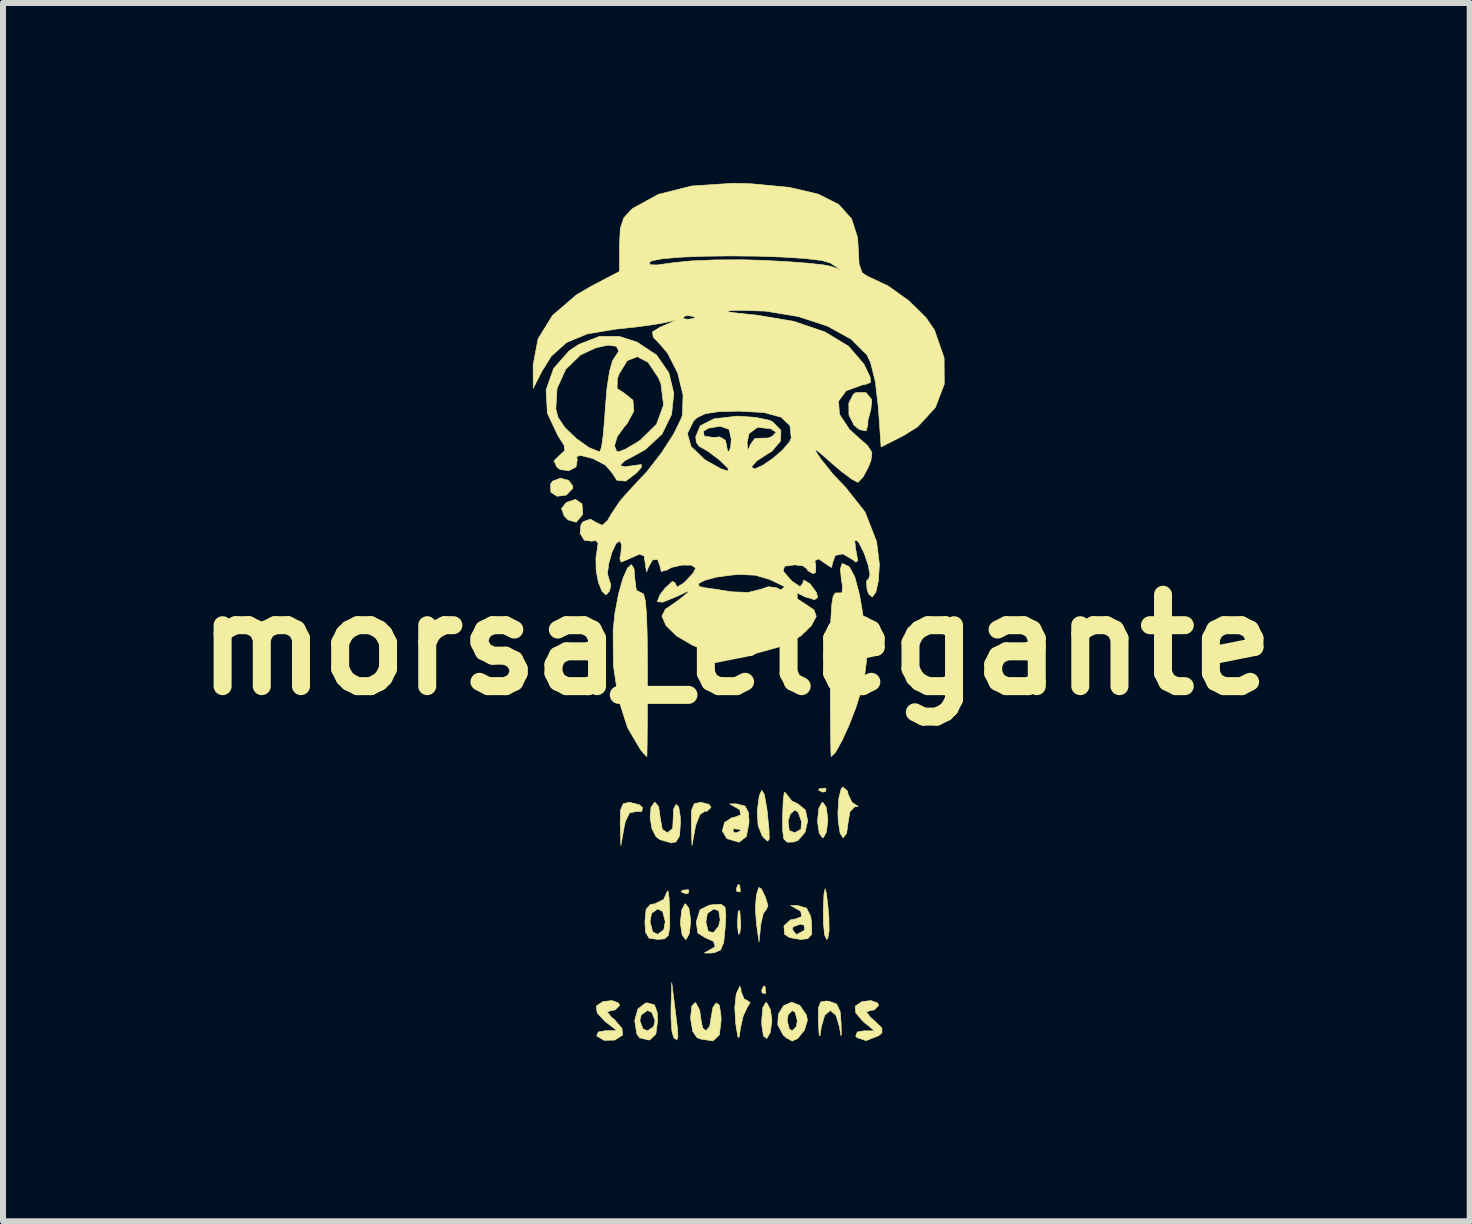
<source format=kicad_pcb>
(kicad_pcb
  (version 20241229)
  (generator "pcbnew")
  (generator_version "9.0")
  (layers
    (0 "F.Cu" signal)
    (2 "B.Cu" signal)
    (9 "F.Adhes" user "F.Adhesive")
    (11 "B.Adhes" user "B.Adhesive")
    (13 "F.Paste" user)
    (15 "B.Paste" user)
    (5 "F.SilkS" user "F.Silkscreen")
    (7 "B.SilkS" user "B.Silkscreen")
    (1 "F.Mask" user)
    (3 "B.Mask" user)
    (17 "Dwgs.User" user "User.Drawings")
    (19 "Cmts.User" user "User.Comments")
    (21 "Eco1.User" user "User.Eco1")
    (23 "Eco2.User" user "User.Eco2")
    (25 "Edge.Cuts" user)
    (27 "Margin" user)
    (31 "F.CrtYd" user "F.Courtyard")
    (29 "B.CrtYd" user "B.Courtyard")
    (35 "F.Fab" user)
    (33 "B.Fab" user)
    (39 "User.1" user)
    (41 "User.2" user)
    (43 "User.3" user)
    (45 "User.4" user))
  (footprint "morsa_elegante"
    (layer "F.Cu")
    (at 9.224 7.698)
    (property "Reference" "morsa_elegante" (at 0 0 0) (layer "F.SilkS") (effects (font (size 1.524 1.524) (thickness 0.3))))
    (attr through_hole)
    (fp_poly (pts (xy -0.79 4.092) (xy -0.802 4.143) (xy -0.847 4.149) (xy -0.916 4.118) (xy -0.903 4.092) (xy -0.803 4.082) (xy -0.79 4.092)) (stroke (width 0.01) (type solid)) (fill yes) (layer "F.SilkS"))
    (fp_poly (pts (xy 0.056 4.008) (xy 0.067 4.108) (xy 0.056 4.12) (xy 0.006 4.109) (xy 0 4.064) (xy 0.031 3.994) (xy 0.056 4.008)) (stroke (width 0.01) (type solid)) (fill yes) (layer "F.SilkS"))
    (fp_poly (pts (xy 0.48 5.701) (xy 0.49 5.801) (xy 0.48 5.814) (xy 0.429 5.802) (xy 0.423 5.757) (xy 0.454 5.688) (xy 0.48 5.701)) (stroke (width 0.01) (type solid)) (fill yes) (layer "F.SilkS"))
    (fp_poly (pts (xy 1.496 2.399) (xy 1.484 2.449) (xy 1.439 2.455) (xy 1.37 2.424) (xy 1.383 2.399) (xy 1.483 2.389) (xy 1.496 2.399)) (stroke (width 0.01) (type solid)) (fill yes) (layer "F.SilkS"))
    (fp_poly (pts (xy 0.06 4.467) (xy 0.074 4.688) (xy 0.058 4.806) (xy 0.035 4.826) (xy 0.022 4.704) (xy 0.021 4.614) (xy 0.03 4.45) (xy 0.049 4.425) (xy 0.06 4.467)) (stroke (width 0.01) (type solid)) (fill yes) (layer "F.SilkS"))
    (fp_poly (pts (xy -2.795 -2.74) (xy -2.725 -2.644) (xy -2.73 -2.603) (xy -2.835 -2.495) (xy -2.99 -2.476) (xy -3.092 -2.543) (xy -3.096 -2.68) (xy -3.063 -2.728) (xy -2.933 -2.778) (xy -2.795 -2.74)) (stroke (width 0.01) (type solid)) (fill yes) (layer "F.SilkS"))
    (fp_poly (pts (xy -2.573 -2.349) (xy -2.56 -2.189) (xy -2.568 -2.165) (xy -2.669 -2.043) (xy -2.806 -2.083) (xy -2.869 -2.148) (xy -2.915 -2.271) (xy -2.834 -2.373) (xy -2.682 -2.424) (xy -2.573 -2.349)) (stroke (width 0.01) (type solid)) (fill yes) (layer "F.SilkS"))
    (fp_poly (pts (xy -1.018 6.096) (xy -0.983 6.387) (xy -0.974 6.539) (xy -0.993 6.584) (xy -1.041 6.551) (xy -1.044 6.548) (xy -1.074 6.437) (xy -1.089 6.216) (xy -1.089 6.061) (xy -1.077 5.63) (xy -1.018 6.096)) (stroke (width 0.01) (type solid)) (fill yes) (layer "F.SilkS"))
    (fp_poly (pts (xy 0.508 5.969) (xy 0.569 6.084) (xy 0.593 6.265) (xy 0.566 6.459) (xy 0.508 6.562) (xy 0.453 6.523) (xy 0.425 6.344) (xy 0.423 6.265) (xy 0.441 6.048) (xy 0.489 5.964) (xy 0.508 5.969)) (stroke (width 0.01) (type solid)) (fill yes) (layer "F.SilkS"))
    (fp_poly (pts (xy 1.501 4.141) (xy 1.528 4.377) (xy 1.543 4.551) (xy 1.546 4.77) (xy 1.522 4.898) (xy 1.505 4.911) (xy 1.471 4.834) (xy 1.451 4.635) (xy 1.449 4.424) (xy 1.46 4.163) (xy 1.478 4.069) (xy 1.501 4.141)) (stroke (width 0.01) (type solid)) (fill yes) (layer "F.SilkS"))
    (fp_poly (pts (xy -1.619 2.666) (xy -1.563 2.715) (xy -1.577 2.779) (xy -1.663 2.778) (xy -1.78 2.802) (xy -1.85 2.945) (xy -1.872 3.048) (xy -1.925 3.344) (xy -1.936 2.985) (xy -1.931 2.755) (xy -1.885 2.649) (xy -1.783 2.625) (xy -1.619 2.666)) (stroke (width 0.01) (type solid)) (fill yes) (layer "F.SilkS"))
    (fp_poly (pts (xy -0.791 4.392) (xy -0.763 4.575) (xy -0.762 4.614) (xy -0.783 4.81) (xy -0.836 4.908) (xy -0.847 4.911) (xy -0.903 4.836) (xy -0.931 4.653) (xy -0.931 4.614) (xy -0.91 4.418) (xy -0.858 4.321) (xy -0.847 4.318) (xy -0.791 4.392)) (stroke (width 0.01) (type solid)) (fill yes) (layer "F.SilkS"))
    (fp_poly (pts (xy 1.495 2.699) (xy 1.523 2.882) (xy 1.524 2.921) (xy 1.503 3.117) (xy 1.45 3.215) (xy 1.439 3.217) (xy 1.383 3.143) (xy 1.355 2.96) (xy 1.355 2.921) (xy 1.376 2.725) (xy 1.428 2.627) (xy 1.439 2.625) (xy 1.495 2.699)) (stroke (width 0.01) (type solid)) (fill yes) (layer "F.SilkS"))
    (fp_poly (pts (xy 2.163 -4.203) (xy 2.258 -4.085) (xy 2.242 -3.922) (xy 2.193 -3.741) (xy 2.192 -3.662) (xy 2.162 -3.566) (xy 2.052 -3.587) (xy 1.964 -3.658) (xy 1.877 -3.828) (xy 1.875 -4.028) (xy 1.952 -4.179) (xy 1.995 -4.205) (xy 2.163 -4.203)) (stroke (width 0.01) (type solid)) (fill yes) (layer "F.SilkS"))
    (fp_poly (pts (xy -0.455 2.66) (xy -0.423 2.709) (xy -0.487 2.774) (xy -0.526 2.773) (xy -0.609 2.832) (xy -0.677 3.01) (xy -0.685 3.048) (xy -0.74 3.344) (xy -0.751 2.985) (xy -0.746 2.755) (xy -0.701 2.65) (xy -0.595 2.625) (xy -0.593 2.625) (xy -0.455 2.66)) (stroke (width 0.01) (type solid)) (fill yes) (layer "F.SilkS"))
    (fp_poly (pts (xy 0.415 4.065) (xy 0.479 4.193) (xy 0.527 4.344) (xy 0.505 4.403) (xy 0.449 4.477) (xy 0.408 4.657) (xy 0.406 4.678) (xy 0.378 4.953) (xy 0.335 4.651) (xy 0.317 4.392) (xy 0.334 4.176) (xy 0.336 4.166) (xy 0.373 4.045) (xy 0.415 4.065)) (stroke (width 0.01) (type solid)) (fill yes) (layer "F.SilkS"))
    (fp_poly (pts (xy 0.468 2.5) (xy 0.51 2.743) (xy 0.516 2.794) (xy 0.545 3.089) (xy 0.548 3.24) (xy 0.52 3.273) (xy 0.455 3.213) (xy 0.429 3.181) (xy 0.363 3.013) (xy 0.348 2.782) (xy 0.348 2.777) (xy 0.382 2.517) (xy 0.424 2.424) (xy 0.468 2.5)) (stroke (width 0.01) (type solid)) (fill yes) (layer "F.SilkS"))
    (fp_poly (pts (xy 0.077 5.738) (xy 0.079 5.779) (xy 0.129 5.904) (xy 0.18 5.927) (xy 0.23 5.965) (xy 0.187 6.032) (xy 0.113 6.19) (xy 0.068 6.392) (xy 0.047 6.538) (xy 0.028 6.54) (xy 0.001 6.389) (xy -0.011 6.308) (xy -0.026 6.046) (xy -0.003 5.83) (xy 0.007 5.8) (xy 0.059 5.691) (xy 0.077 5.738)) (stroke (width 0.01) (type solid)) (fill yes) (layer "F.SilkS"))
    (fp_poly (pts (xy 1.854 2.439) (xy 1.863 2.491) (xy 1.927 2.627) (xy 1.968 2.653) (xy 2.031 2.692) (xy 1.968 2.703) (xy 1.893 2.782) (xy 1.863 2.963) (xy 1.838 3.142) (xy 1.779 3.217) (xy 1.778 3.217) (xy 1.73 3.141) (xy 1.699 2.946) (xy 1.693 2.794) (xy 1.709 2.553) (xy 1.748 2.399) (xy 1.778 2.371) (xy 1.854 2.439)) (stroke (width 0.01) (type solid)) (fill yes) (layer "F.SilkS"))
    (fp_poly (pts (xy -1.963 5.971) (xy -1.947 6.011) (xy -2.017 6.085) (xy -2.084 6.096) (xy -2.153 6.119) (xy -2.088 6.201) (xy -2.028 6.252) (xy -1.906 6.395) (xy -1.897 6.506) (xy -2.028 6.589) (xy -2.205 6.593) (xy -2.328 6.519) (xy -2.3 6.454) (xy -2.185 6.433) (xy -1.99 6.431) (xy -2.192 6.275) (xy -2.319 6.136) (xy -2.336 6.023) (xy -2.225 5.948) (xy -2.074 5.93) (xy -1.963 5.971)) (stroke (width 0.01) (type solid)) (fill yes) (layer "F.SilkS"))
    (fp_poly (pts (xy -0.677 5.969) (xy -0.612 6.086) (xy -0.593 6.228) (xy -0.563 6.385) (xy -0.508 6.435) (xy -0.444 6.362) (xy -0.423 6.228) (xy -0.392 6.049) (xy -0.339 5.969) (xy -0.283 6.007) (xy -0.256 6.186) (xy -0.254 6.26) (xy -0.284 6.504) (xy -0.389 6.603) (xy -0.592 6.572) (xy -0.656 6.548) (xy -0.727 6.443) (xy -0.761 6.241) (xy -0.762 6.211) (xy -0.742 6.022) (xy -0.688 5.964) (xy -0.677 5.969)) (stroke (width 0.01) (type solid)) (fill yes) (layer "F.SilkS"))
    (fp_poly (pts (xy 1.545 5.942) (xy 1.672 5.989) (xy 1.73 6.113) (xy 1.746 6.308) (xy 1.75 6.494) (xy 1.743 6.516) (xy 1.721 6.381) (xy 1.72 6.371) (xy 1.661 6.176) (xy 1.569 6.096) (xy 1.566 6.096) (xy 1.474 6.172) (xy 1.416 6.367) (xy 1.416 6.371) (xy 1.395 6.516) (xy 1.381 6.511) (xy 1.371 6.347) (xy 1.368 6.281) (xy 1.368 6.054) (xy 1.406 5.953) (xy 1.502 5.937) (xy 1.545 5.942)) (stroke (width 0.01) (type solid)) (fill yes) (layer "F.SilkS"))
    (fp_poly (pts (xy 2.355 5.97) (xy 2.371 6.011) (xy 2.301 6.085) (xy 2.234 6.096) (xy 2.168 6.12) (xy 2.232 6.206) (xy 2.298 6.264) (xy 2.426 6.389) (xy 2.427 6.47) (xy 2.371 6.516) (xy 2.163 6.598) (xy 2.011 6.547) (xy 1.99 6.519) (xy 2.017 6.454) (xy 2.121 6.435) (xy 2.305 6.435) (xy 2.113 6.279) (xy 1.991 6.136) (xy 1.981 6.025) (xy 2.092 5.949) (xy 2.243 5.93) (xy 2.355 5.97)) (stroke (width 0.01) (type solid)) (fill yes) (layer "F.SilkS"))
    (fp_poly (pts (xy -1.295 2.698) (xy -1.27 2.876) (xy -1.27 2.879) (xy -1.234 3.076) (xy -1.15 3.133) (xy -1.061 3.062) (xy -1.054 2.919) (xy -1.047 2.741) (xy -1.005 2.66) (xy -0.96 2.705) (xy -0.934 2.873) (xy -0.931 2.958) (xy -0.947 3.185) (xy -1.006 3.285) (xy -1.084 3.302) (xy -1.272 3.248) (xy -1.338 3.2) (xy -1.408 3.063) (xy -1.437 2.875) (xy -1.422 2.706) (xy -1.362 2.625) (xy -1.355 2.625) (xy -1.295 2.698)) (stroke (width 0.01) (type solid)) (fill yes) (layer "F.SilkS"))
    (fp_poly (pts (xy -1.365 6.002) (xy -1.318 6.132) (xy -1.312 6.264) (xy -1.341 6.487) (xy -1.438 6.582) (xy -1.461 6.588) (xy -1.61 6.552) (xy -1.658 6.489) (xy -1.694 6.265) (xy -1.609 6.265) (xy -1.556 6.403) (xy -1.482 6.435) (xy -1.378 6.364) (xy -1.355 6.265) (xy -1.408 6.127) (xy -1.482 6.096) (xy -1.585 6.167) (xy -1.609 6.265) (xy -1.694 6.265) (xy -1.694 6.26) (xy -1.64 6.068) (xy -1.513 5.972) (xy -1.482 5.969) (xy -1.365 6.002)) (stroke (width 0.01) (type solid)) (fill yes) (layer "F.SilkS"))
    (fp_poly (pts (xy 1.058 6.011) (xy 1.167 6.169) (xy 1.185 6.259) (xy 1.135 6.424) (xy 1.021 6.564) (xy 0.931 6.604) (xy 0.835 6.552) (xy 0.779 6.502) (xy 0.69 6.334) (xy 0.694 6.265) (xy 0.847 6.265) (xy 0.882 6.403) (xy 0.931 6.435) (xy 1 6.364) (xy 1.016 6.265) (xy 0.981 6.128) (xy 0.931 6.096) (xy 0.863 6.167) (xy 0.847 6.265) (xy 0.694 6.265) (xy 0.701 6.157) (xy 0.786 6.016) (xy 0.92 5.957) (xy 1.058 6.011)) (stroke (width 0.01) (type solid)) (fill yes) (layer "F.SilkS"))
    (fp_poly (pts (xy -1.122 4.216) (xy -1.112 4.424) (xy -1.11 4.698) (xy -1.133 4.843) (xy -1.196 4.901) (xy -1.312 4.911) (xy -1.455 4.889) (xy -1.514 4.789) (xy -1.524 4.614) (xy -1.439 4.614) (xy -1.395 4.785) (xy -1.312 4.826) (xy -1.21 4.752) (xy -1.185 4.614) (xy -1.229 4.444) (xy -1.312 4.403) (xy -1.414 4.476) (xy -1.439 4.614) (xy -1.524 4.614) (xy -1.504 4.409) (xy -1.43 4.327) (xy -1.361 4.318) (xy -1.21 4.244) (xy -1.16 4.128) (xy -1.14 4.1) (xy -1.122 4.216)) (stroke (width 0.01) (type solid)) (fill yes) (layer "F.SilkS"))
    (fp_poly (pts (xy 0.819 2.468) (xy 0.924 2.602) (xy 1.026 2.652) (xy 1.152 2.756) (xy 1.189 2.935) (xy 1.145 3.125) (xy 1.029 3.26) (xy 0.953 3.287) (xy 0.846 3.29) (xy 0.79 3.235) (xy 0.771 3.085) (xy 0.771 2.942) (xy 0.862 2.942) (xy 0.882 3.097) (xy 0.974 3.133) (xy 1.078 3.074) (xy 1.085 2.942) (xy 1.032 2.793) (xy 0.974 2.752) (xy 0.897 2.824) (xy 0.862 2.942) (xy 0.771 2.942) (xy 0.772 2.821) (xy 0.782 2.585) (xy 0.8 2.46) (xy 0.819 2.468)) (stroke (width 0.01) (type solid)) (fill yes) (layer "F.SilkS"))
    (fp_poly (pts (xy 0 2.651) (xy 0.144 2.687) (xy 0.203 2.798) (xy 0.212 2.962) (xy 0.167 3.197) (xy 0.043 3.291) (xy -0.149 3.233) (xy -0.161 3.226) (xy -0.234 3.101) (xy -0.227 3.076) (xy -0.056 3.076) (xy -0.045 3.127) (xy 0 3.133) (xy 0.07 3.102) (xy 0.056 3.076) (xy -0.044 3.066) (xy -0.056 3.076) (xy -0.227 3.076) (xy -0.195 2.96) (xy -0.07 2.88) (xy -0.045 2.879) (xy 0.071 2.837) (xy 0.058 2.749) (xy -0.064 2.679) (xy -0.11 2.652) (xy -0.000475 2.651) (xy 0 2.651)) (stroke (width 0.01) (type solid)) (fill yes) (layer "F.SilkS"))
    (fp_poly (pts (xy -1.705 -1.264) (xy -1.693 -1.102) (xy -1.667 -0.907) (xy -1.588 -0.869) (xy -1.587 -0.869) (xy -1.547 -0.848) (xy -1.517 -0.734) (xy -1.497 -0.511) (xy -1.486 -0.159) (xy -1.482 0.34) (xy -1.482 0.476) (xy -1.482 0.939) (xy -1.484 1.337) (xy -1.487 1.64) (xy -1.49 1.823) (xy -1.492 1.863) (xy -1.547 1.808) (xy -1.596 1.75) (xy -1.813 1.382) (xy -1.967 0.898) (xy -2.05 0.342) (xy -2.054 -0.241) (xy -2.024 -0.526) (xy -1.962 -0.856) (xy -1.888 -1.114) (xy -1.813 -1.281) (xy -1.748 -1.337) (xy -1.705 -1.264)) (stroke (width 0.01) (type solid)) (fill yes) (layer "F.SilkS"))
    (fp_poly (pts (xy 1.016 4.345) (xy 1.169 4.389) (xy 1.239 4.524) (xy 1.254 4.636) (xy 1.257 4.825) (xy 1.19 4.899) (xy 1.069 4.911) (xy 0.887 4.88) (xy 0.804 4.826) (xy 0.798 4.741) (xy 0.931 4.741) (xy 0.992 4.824) (xy 1.011 4.826) (xy 1.126 4.764) (xy 1.143 4.741) (xy 1.124 4.669) (xy 1.063 4.657) (xy 0.947 4.701) (xy 0.931 4.741) (xy 0.798 4.741) (xy 0.793 4.684) (xy 0.903 4.585) (xy 0.979 4.572) (xy 1.089 4.53) (xy 1.073 4.442) (xy 0.953 4.372) (xy 0.906 4.346) (xy 1.016 4.345) (xy 1.016 4.345)) (stroke (width 0.01) (type solid)) (fill yes) (layer "F.SilkS"))
    (fp_poly (pts (xy -0.189 4.373) (xy -0.175 4.516) (xy -0.186 4.714) (xy -0.211 4.962) (xy -0.262 5.086) (xy -0.364 5.132) (xy -0.423 5.138) (xy -0.533 5.137) (xy -0.487 5.111) (xy -0.487 5.111) (xy -0.353 5.033) (xy -0.38 4.943) (xy -0.514 4.885) (xy -0.642 4.806) (xy -0.666 4.635) (xy -0.665 4.621) (xy -0.508 4.621) (xy -0.469 4.777) (xy -0.383 4.799) (xy -0.298 4.695) (xy -0.269 4.587) (xy -0.293 4.434) (xy -0.375 4.403) (xy -0.483 4.476) (xy -0.508 4.621) (xy -0.665 4.621) (xy -0.662 4.599) (xy -0.605 4.416) (xy -0.453 4.341) (xy -0.397 4.333) (xy -0.255 4.325) (xy -0.189 4.373)) (stroke (width 0.01) (type solid)) (fill yes) (layer "F.SilkS"))
    (fp_poly (pts (xy 1.882 -1.302) (xy 1.974 -1.132) (xy 2.055 -0.826) (xy 2.117 -0.457) (xy 2.165 -0.069) (xy 2.174 0.225) (xy 2.141 0.5) (xy 2.08 0.764) (xy 1.996 1.038) (xy 1.884 1.328) (xy 1.764 1.592) (xy 1.657 1.785) (xy 1.583 1.862) (xy 1.581 1.863) (xy 1.576 1.783) (xy 1.572 1.561) (xy 1.568 1.227) (xy 1.566 0.807) (xy 1.566 0.476) (xy 1.568 -0.045) (xy 1.575 -0.419) (xy 1.59 -0.665) (xy 1.614 -0.807) (xy 1.649 -0.864) (xy 1.685 -0.864) (xy 1.762 -0.867) (xy 1.769 -0.984) (xy 1.751 -1.086) (xy 1.734 -1.269) (xy 1.764 -1.354) (xy 1.77 -1.355) (xy 1.882 -1.302)) (stroke (width 0.01) (type solid)) (fill yes) (layer "F.SilkS"))
    (fp_poly (pts (xy -1.955 -5.141) (xy -1.655 -5.045) (xy -1.33 -4.83) (xy -1.125 -4.533) (xy -1.042 -4.191) (xy -1.08 -3.838) (xy -1.239 -3.513) (xy -1.52 -3.252) (xy -1.641 -3.185) (xy -1.862 -3.066) (xy -1.938 -2.99) (xy -1.865 -2.967) (xy -1.733 -2.985) (xy -1.585 -3.005) (xy -1.584 -2.958) (xy -1.661 -2.868) (xy -1.844 -2.729) (xy -1.991 -2.742) (xy -2.07 -2.865) (xy -2.179 -2.993) (xy -2.38 -3.1) (xy -2.408 -3.109) (xy -2.597 -3.157) (xy -2.662 -3.137) (xy -2.652 -3.081) (xy -2.672 -2.965) (xy -2.789 -2.903) (xy -2.934 -2.92) (xy -2.99 -2.961) (xy -3.039 -3.067) (xy -2.948 -3.158) (xy -2.862 -3.234) (xy -2.871 -3.327) (xy -2.975 -3.487) (xy -3.151 -3.863) (xy -3.154 -3.933) (xy -3.009 -3.933) (xy -2.972 -3.789) (xy -2.858 -3.62) (xy -2.666 -3.436) (xy -2.455 -3.286) (xy -2.285 -3.218) (xy -2.275 -3.218) (xy -2.247 -3.296) (xy -2.244 -3.318) (xy -2.032 -3.318) (xy -1.995 -3.225) (xy -1.96 -3.217) (xy -1.849 -3.261) (xy -1.663 -3.37) (xy -1.603 -3.409) (xy -1.33 -3.677) (xy -1.213 -3.998) (xy -1.257 -4.351) (xy -1.299 -4.452) (xy -1.471 -4.709) (xy -1.651 -4.803) (xy -1.82 -4.736) (xy -1.958 -4.509) (xy -1.984 -4.431) (xy -1.988 -4.272) (xy -1.866 -4.192) (xy -1.724 -4.078) (xy -1.709 -3.895) (xy -1.822 -3.685) (xy -1.863 -3.641) (xy -1.984 -3.474) (xy -2.032 -3.318) (xy -2.244 -3.318) (xy -2.218 -3.504) (xy -2.193 -3.804) (xy -2.185 -3.939) (xy -2.156 -4.28) (xy -2.113 -4.561) (xy -2.064 -4.734) (xy -2.047 -4.76) (xy -1.959 -4.896) (xy -2.001 -4.976) (xy -2.14 -4.995) (xy -2.347 -4.949) (xy -2.59 -4.835) (xy -2.599 -4.83) (xy -2.845 -4.592) (xy -2.989 -4.273) (xy -3.009 -3.933) (xy -3.154 -3.933) (xy -3.171 -4.248) (xy -3.045 -4.608) (xy -2.781 -4.905) (xy -2.619 -5.01) (xy -2.28 -5.141) (xy -1.955 -5.141)) (stroke (width 0.01) (type solid)) (fill yes) (layer "F.SilkS"))
    (fp_poly (pts (xy 0.249 -7.685) (xy 0.881 -7.625) (xy 1.362 -7.513) (xy 1.704 -7.341) (xy 1.92 -7.102) (xy 2.021 -6.788) (xy 2.032 -6.61) (xy 2.046 -6.343) (xy 2.098 -6.2) (xy 2.186 -6.143) (xy 2.527 -5.983) (xy 2.871 -5.738) (xy 3.159 -5.456) (xy 3.303 -5.246) (xy 3.463 -4.782) (xy 3.466 -4.345) (xy 3.317 -3.955) (xy 3.023 -3.635) (xy 2.792 -3.49) (xy 2.413 -3.298) (xy 2.367 -3.956) (xy 2.317 -4.386) (xy 2.238 -4.705) (xy 2.178 -4.831) (xy 1.914 -5.094) (xy 1.52 -5.312) (xy 1.032 -5.472) (xy 0.487 -5.562) (xy 0.059 -5.576) (xy -0.121 -5.569) (xy -0.162 -5.556) (xy -0.056 -5.537) (xy 0.208 -5.508) (xy 0.336 -5.496) (xy 0.957 -5.392) (xy 1.475 -5.216) (xy 1.871 -4.976) (xy 2.124 -4.682) (xy 2.138 -4.655) (xy 2.229 -4.464) (xy 2.237 -4.375) (xy 2.155 -4.341) (xy 2.096 -4.331) (xy 1.829 -4.234) (xy 1.703 -4.063) (xy 1.719 -3.842) (xy 1.881 -3.596) (xy 2.002 -3.483) (xy 2.186 -3.321) (xy 2.26 -3.205) (xy 2.244 -3.075) (xy 2.204 -2.969) (xy 2.11 -2.792) (xy 2.028 -2.71) (xy 2.022 -2.709) (xy 1.923 -2.762) (xy 1.744 -2.896) (xy 1.591 -3.027) (xy 1.397 -3.197) (xy 1.314 -3.259) (xy 1.328 -3.216) (xy 1.414 -3.09) (xy 1.61 -2.845) (xy 1.82 -2.625) (xy 2.145 -2.213) (xy 2.338 -1.721) (xy 2.384 -1.34) (xy 2.368 -1.068) (xy 2.325 -0.879) (xy 2.267 -0.797) (xy 2.205 -0.847) (xy 2.178 -0.926) (xy 2.17 -1.064) (xy 2.205 -1.101) (xy 2.228 -1.167) (xy 2.198 -1.328) (xy 2.133 -1.521) (xy 2.051 -1.687) (xy 2.014 -1.736) (xy 1.973 -1.734) (xy 1.99 -1.587) (xy 1.995 -1.566) (xy 2.024 -1.403) (xy 1.993 -1.377) (xy 1.941 -1.418) (xy 1.776 -1.515) (xy 1.649 -1.49) (xy 1.609 -1.38) (xy 1.586 -1.287) (xy 1.507 -1.338) (xy 1.374 -1.431) (xy 1.309 -1.405) (xy 1.324 -1.312) (xy 1.32 -1.204) (xy 1.279 -1.185) (xy 1.19 -1.237) (xy 1.185 -1.259) (xy 1.113 -1.315) (xy 0.974 -1.333) (xy 0.802 -1.309) (xy 0.782 -1.227) (xy 0.912 -1.076) (xy 0.931 -1.058) (xy 1.061 -0.969) (xy 1.101 -1.013) (xy 1.126 -1.079) (xy 1.226 -1.017) (xy 1.228 -1.016) (xy 1.335 -0.871) (xy 1.355 -0.793) (xy 1.305 -0.752) (xy 1.145 -0.8) (xy 0.868 -0.938) (xy 0.561 -1.088) (xy 0.317 -1.16) (xy 0.059 -1.172) (xy -0.066 -1.164) (xy -0.327 -1.129) (xy -0.525 -1.076) (xy -0.632 -1.02) (xy -0.62 -0.972) (xy -0.528 -0.951) (xy -0.347 -0.926) (xy -0.1 -0.887) (xy -0.073 -0.883) (xy 0.199 -0.873) (xy 0.417 -0.928) (xy 0.531 -0.968) (xy 0.66 -0.954) (xy 0.839 -0.873) (xy 1.101 -0.712) (xy 1.294 -0.582) (xy 1.332 -0.474) (xy 1.25 -0.319) (xy 1.077 -0.151) (xy 0.839 -0.004) (xy 0.819 0.005) (xy 0.345 0.138) (xy -0.171 0.149) (xy -0.657 0.037) (xy -0.734 0.005) (xy -0.996 -0.148) (xy -1.172 -0.32) (xy -1.241 -0.478) (xy -1.182 -0.595) (xy -1.174 -0.599) (xy -1.019 -0.704) (xy -0.889 -0.803) (xy -0.794 -0.884) (xy -0.814 -0.89) (xy -0.967 -0.819) (xy -1.003 -0.802) (xy -1.228 -0.71) (xy -1.318 -0.719) (xy -1.275 -0.83) (xy -1.19 -0.941) (xy -1.068 -1.057) (xy -1.019 -1.032) (xy -1.019 -1.024) (xy -0.989 -0.962) (xy -0.885 -1.024) (xy -0.847 -1.058) (xy -0.721 -1.194) (xy -0.677 -1.278) (xy -0.746 -1.327) (xy -0.903 -1.329) (xy -1.077 -1.29) (xy -1.164 -1.245) (xy -1.252 -1.222) (xy -1.27 -1.302) (xy -1.312 -1.424) (xy -1.398 -1.414) (xy -1.466 -1.291) (xy -1.496 -1.216) (xy -1.512 -1.302) (xy -1.514 -1.333) (xy -1.538 -1.483) (xy -1.615 -1.511) (xy -1.791 -1.433) (xy -1.796 -1.43) (xy -1.922 -1.378) (xy -1.942 -1.441) (xy -1.925 -1.514) (xy -1.913 -1.672) (xy -1.942 -1.732) (xy -2.004 -1.692) (xy -2.072 -1.546) (xy -2.126 -1.358) (xy -2.149 -1.189) (xy -2.126 -1.104) (xy -2.092 -0.998) (xy -2.113 -0.897) (xy -2.172 -0.831) (xy -2.239 -0.892) (xy -2.299 -1.041) (xy -2.337 -1.238) (xy -2.341 -1.443) (xy -2.33 -1.518) (xy -2.304 -1.693) (xy -2.346 -1.742) (xy -2.406 -1.727) (xy -2.534 -1.743) (xy -2.605 -1.858) (xy -2.59 -2.003) (xy -2.555 -2.051) (xy -2.433 -2.095) (xy -2.337 -2.039) (xy -2.236 -1.992) (xy -2.147 -2.07) (xy -2.088 -2.174) (xy -1.935 -2.403) (xy -1.739 -2.622) (xy -1.736 -2.625) (xy -1.488 -2.889) (xy -1.244 -3.204) (xy -1.042 -3.518) (xy -1.041 -3.52) (xy -0.816 -3.52) (xy -0.754 -3.303) (xy -0.531 -3.091) (xy -0.483 -3.06) (xy -0.255 -2.933) (xy -0.136 -2.895) (xy -0.139 -2.943) (xy -0.277 -3.077) (xy -0.296 -3.093) (xy -0.475 -3.227) (xy -0.598 -3.298) (xy -0.614 -3.302) (xy -0.666 -3.373) (xy -0.677 -3.468) (xy -0.641 -3.556) (xy -0.55 -3.556) (xy -0.535 -3.479) (xy -0.381 -3.456) (xy -0.275 -3.465) (xy -0.183 -3.41) (xy -0.169 -3.348) (xy -0.147 -3.233) (xy -0.127 -3.217) (xy -0.095 -3.29) (xy -0.089 -3.368) (xy 0.179 -3.368) (xy 0.193 -3.249) (xy 0.219 -3.292) (xy 0.229 -3.329) (xy 0.308 -3.439) (xy 0.375 -3.443) (xy 0.535 -3.447) (xy 0.598 -3.475) (xy 0.664 -3.543) (xy 0.573 -3.601) (xy 0.569 -3.603) (xy 0.352 -3.625) (xy 0.211 -3.52) (xy 0.179 -3.368) (xy -0.089 -3.368) (xy -0.085 -3.429) (xy -0.12 -3.59) (xy -0.257 -3.64) (xy -0.291 -3.641) (xy -0.471 -3.609) (xy -0.55 -3.556) (xy -0.641 -3.556) (xy -0.6 -3.652) (xy -0.372 -3.767) (xy 0.002 -3.81) (xy 0.042 -3.81) (xy 0.318 -3.791) (xy 0.543 -3.745) (xy 0.598 -3.722) (xy 0.742 -3.576) (xy 0.738 -3.398) (xy 0.593 -3.227) (xy 0.508 -3.175) (xy 0.336 -3.063) (xy 0.255 -2.967) (xy 0.254 -2.96) (xy 0.307 -2.932) (xy 0.439 -2.991) (xy 0.608 -3.106) (xy 0.771 -3.247) (xy 0.886 -3.382) (xy 0.915 -3.448) (xy 0.893 -3.655) (xy 0.747 -3.794) (xy 0.463 -3.871) (xy 0.049 -3.895) (xy -0.295 -3.886) (xy -0.514 -3.853) (xy -0.654 -3.787) (xy -0.714 -3.731) (xy -0.816 -3.52) (xy -1.041 -3.52) (xy -0.915 -3.78) (xy -0.899 -3.834) (xy -0.888 -4.164) (xy -0.978 -4.531) (xy -1.144 -4.858) (xy -1.239 -4.972) (xy -1.383 -5.126) (xy -1.399 -5.214) (xy -1.279 -5.29) (xy -1.182 -5.332) (xy -0.974 -5.423) (xy -1.185 -5.372) (xy -1.375 -5.338) (xy -1.67 -5.298) (xy -2.007 -5.262) (xy -2.007 -5.262) (xy -2.483 -5.183) (xy -2.831 -5.039) (xy -3.085 -4.81) (xy -3.238 -4.566) (xy -3.386 -4.276) (xy -3.387 -4.665) (xy -3.305 -5.1) (xy -3.096 -5.439) (xy -0.895 -5.439) (xy -0.811 -5.425) (xy -0.702 -5.441) (xy -0.7 -5.47) (xy -0.814 -5.49) (xy -0.863 -5.477) (xy -0.895 -5.439) (xy -3.096 -5.439) (xy -3.063 -5.491) (xy -2.667 -5.832) (xy -2.424 -5.974) (xy -1.948 -6.223) (xy -1.948 -6.336) (xy -1.448 -6.336) (xy -1.325 -6.331) (xy -1.055 -6.368) (xy -1.042 -6.37) (xy -0.749 -6.399) (xy -0.347 -6.416) (xy 0.103 -6.418) (xy 0.423 -6.409) (xy 0.828 -6.388) (xy 1.182 -6.362) (xy 1.445 -6.334) (xy 1.566 -6.311) (xy 1.736 -6.253) (xy 1.566 -6.365) (xy 1.421 -6.407) (xy 1.146 -6.439) (xy 0.779 -6.463) (xy 0.354 -6.478) (xy -0.094 -6.482) (xy -0.53 -6.477) (xy -0.917 -6.462) (xy -1.221 -6.437) (xy -1.406 -6.402) (xy -1.44 -6.383) (xy -1.448 -6.336) (xy -1.948 -6.336) (xy -1.948 -6.661) (xy -1.934 -6.941) (xy -1.876 -7.116) (xy -1.753 -7.252) (xy -1.722 -7.277) (xy -1.3 -7.508) (xy -0.743 -7.648) (xy -0.059 -7.693) (xy 0.249 -7.685)) (stroke (width 0.01) (type solid)) (fill yes) (layer "F.SilkS")))
  (gr_rect
    (start -3 -3)
    (end 21.448 17.307)
    (stroke (width 0.1) (type default))
    (fill no)
    (layer "Edge.Cuts")))
</source>
